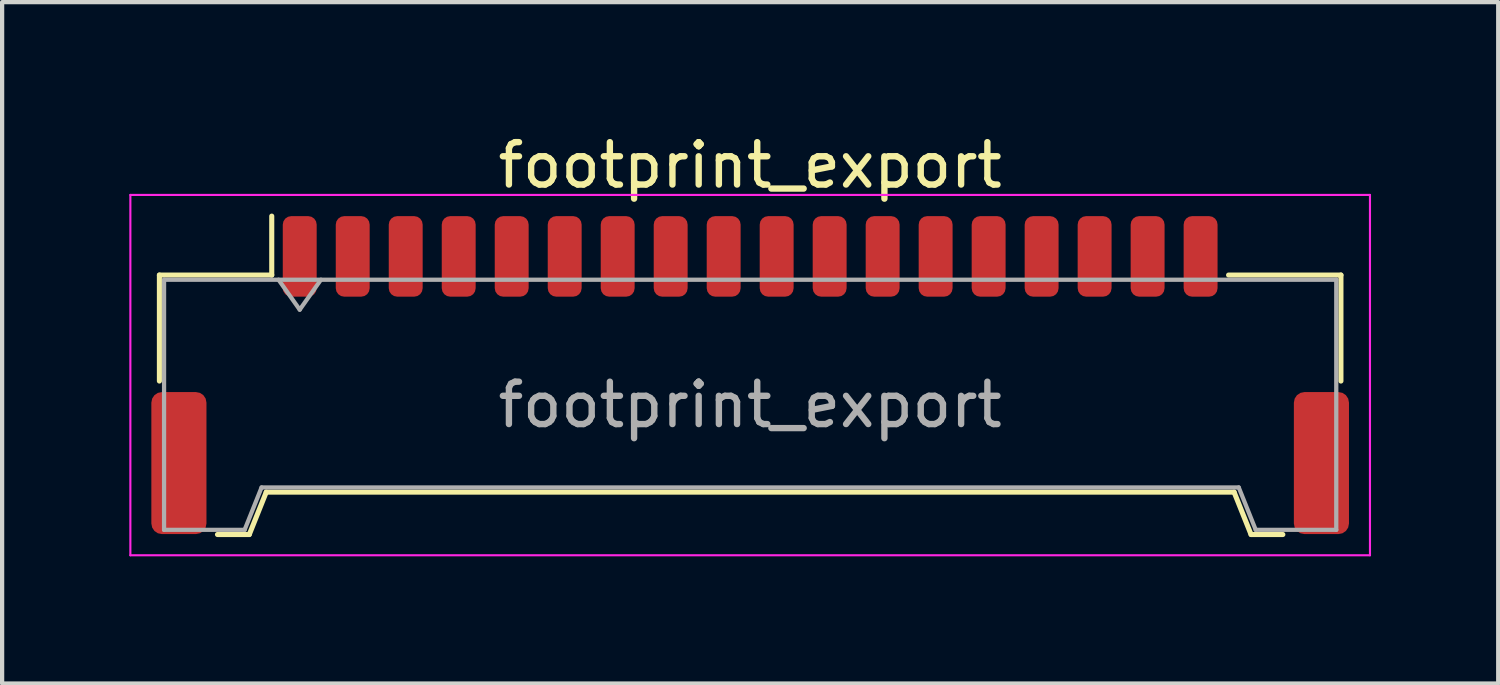
<source format=kicad_pcb>
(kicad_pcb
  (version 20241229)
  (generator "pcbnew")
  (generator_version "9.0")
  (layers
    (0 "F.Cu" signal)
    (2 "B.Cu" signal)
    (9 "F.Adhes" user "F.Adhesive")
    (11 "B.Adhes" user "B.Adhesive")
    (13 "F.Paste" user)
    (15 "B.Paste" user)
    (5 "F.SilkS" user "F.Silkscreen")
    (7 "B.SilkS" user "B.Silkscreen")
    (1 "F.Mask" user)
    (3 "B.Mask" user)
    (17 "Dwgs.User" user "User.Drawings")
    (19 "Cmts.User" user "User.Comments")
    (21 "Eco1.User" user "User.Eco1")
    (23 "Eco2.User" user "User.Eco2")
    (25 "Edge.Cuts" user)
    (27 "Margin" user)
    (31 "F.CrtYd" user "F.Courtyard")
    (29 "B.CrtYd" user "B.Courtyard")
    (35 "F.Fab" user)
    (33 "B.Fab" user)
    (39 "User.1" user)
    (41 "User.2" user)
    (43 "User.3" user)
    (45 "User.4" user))
  (footprint "footprint_export"
    (layer "F.Cu")
    (at 14.645 5.798)
    (property "Reference" "footprint_export" (at 0 -4.95 0) (layer "F.SilkS") (effects (font (size 1 1) (thickness 0.15))))
    (attr smd)
    (fp_line (start -13.935 -2.36) (end -11.285 -2.36) (stroke (width 0.12) (type solid)) (layer "F.SilkS"))
    (fp_line (start -13.935 0.14) (end -13.935 -2.36) (stroke (width 0.12) (type solid)) (layer "F.SilkS"))
    (fp_line (start -12.565 3.76) (end -11.815 3.76) (stroke (width 0.12) (type solid)) (layer "F.SilkS"))
    (fp_line (start -11.815 3.76) (end -11.415 2.76) (stroke (width 0.12) (type solid)) (layer "F.SilkS"))
    (fp_line (start -11.415 2.76) (end 11.415 2.76) (stroke (width 0.12) (type solid)) (layer "F.SilkS"))
    (fp_line (start -11.285 -2.36) (end -11.285 -3.75) (stroke (width 0.12) (type solid)) (layer "F.SilkS"))
    (fp_line (start 11.415 2.76) (end 11.815 3.76) (stroke (width 0.12) (type solid)) (layer "F.SilkS"))
    (fp_line (start 11.815 3.76) (end 12.565 3.76) (stroke (width 0.12) (type solid)) (layer "F.SilkS"))
    (fp_line (start 13.935 -2.36) (end 11.285 -2.36) (stroke (width 0.12) (type solid)) (layer "F.SilkS"))
    (fp_line (start 13.935 0.14) (end 13.935 -2.36) (stroke (width 0.12) (type solid)) (layer "F.SilkS"))
    (fp_line (start -14.62 -4.25) (end -14.62 4.25) (stroke (width 0.05) (type solid)) (layer "F.CrtYd"))
    (fp_line (start -14.62 4.25) (end 14.62 4.25) (stroke (width 0.05) (type solid)) (layer "F.CrtYd"))
    (fp_line (start 14.62 -4.25) (end -14.62 -4.25) (stroke (width 0.05) (type solid)) (layer "F.CrtYd"))
    (fp_line (start 14.62 4.25) (end 14.62 -4.25) (stroke (width 0.05) (type solid)) (layer "F.CrtYd"))
    (fp_line (start -13.825 -2.25) (end -13.825 3.65) (stroke (width 0.1) (type solid)) (layer "F.Fab"))
    (fp_line (start -13.825 -2.25) (end 13.825 -2.25) (stroke (width 0.1) (type solid)) (layer "F.Fab"))
    (fp_line (start -13.825 3.65) (end -11.925 3.65) (stroke (width 0.1) (type solid)) (layer "F.Fab"))
    (fp_line (start -11.925 3.65) (end -11.525 2.65) (stroke (width 0.1) (type solid)) (layer "F.Fab"))
    (fp_line (start -11.525 2.65) (end 11.525 2.65) (stroke (width 0.1) (type solid)) (layer "F.Fab"))
    (fp_line (start -11.125 -2.25) (end -10.625 -1.543) (stroke (width 0.1) (type solid)) (layer "F.Fab"))
    (fp_line (start -10.625 -1.543) (end -10.125 -2.25) (stroke (width 0.1) (type solid)) (layer "F.Fab"))
    (fp_line (start 11.525 2.65) (end 11.925 3.65) (stroke (width 0.1) (type solid)) (layer "F.Fab"))
    (fp_line (start 11.925 3.65) (end 13.825 3.65) (stroke (width 0.1) (type solid)) (layer "F.Fab"))
    (fp_line (start 13.825 -2.25) (end 13.825 3.65) (stroke (width 0.1) (type solid)) (layer "F.Fab"))
    (fp_text user "${REFERENCE}" (at 0 0.7 0) (layer "F.Fab") (effects (font (size 1 1) (thickness 0.15))))
    (pad "1" smd roundrect (at -10.625 -2.8) (size 0.8 1.9) (layers "F.Cu" "F.Mask" "F.Paste") (roundrect_rratio 0.25))
    (pad "2" smd roundrect (at -9.375 -2.8) (size 0.8 1.9) (layers "F.Cu" "F.Mask" "F.Paste") (roundrect_rratio 0.25))
    (pad "3" smd roundrect (at -8.125 -2.8) (size 0.8 1.9) (layers "F.Cu" "F.Mask" "F.Paste") (roundrect_rratio 0.25))
    (pad "4" smd roundrect (at -6.875 -2.8) (size 0.8 1.9) (layers "F.Cu" "F.Mask" "F.Paste") (roundrect_rratio 0.25))
    (pad "5" smd roundrect (at -5.625 -2.8) (size 0.8 1.9) (layers "F.Cu" "F.Mask" "F.Paste") (roundrect_rratio 0.25))
    (pad "6" smd roundrect (at -4.375 -2.8) (size 0.8 1.9) (layers "F.Cu" "F.Mask" "F.Paste") (roundrect_rratio 0.25))
    (pad "7" smd roundrect (at -3.125 -2.8) (size 0.8 1.9) (layers "F.Cu" "F.Mask" "F.Paste") (roundrect_rratio 0.25))
    (pad "8" smd roundrect (at -1.875 -2.8) (size 0.8 1.9) (layers "F.Cu" "F.Mask" "F.Paste") (roundrect_rratio 0.25))
    (pad "9" smd roundrect (at -0.625 -2.8) (size 0.8 1.9) (layers "F.Cu" "F.Mask" "F.Paste") (roundrect_rratio 0.25))
    (pad "10" smd roundrect (at 0.625 -2.8) (size 0.8 1.9) (layers "F.Cu" "F.Mask" "F.Paste") (roundrect_rratio 0.25))
    (pad "11" smd roundrect (at 1.875 -2.8) (size 0.8 1.9) (layers "F.Cu" "F.Mask" "F.Paste") (roundrect_rratio 0.25))
    (pad "12" smd roundrect (at 3.125 -2.8) (size 0.8 1.9) (layers "F.Cu" "F.Mask" "F.Paste") (roundrect_rratio 0.25))
    (pad "13" smd roundrect (at 4.375 -2.8) (size 0.8 1.9) (layers "F.Cu" "F.Mask" "F.Paste") (roundrect_rratio 0.25))
    (pad "14" smd roundrect (at 5.625 -2.8) (size 0.8 1.9) (layers "F.Cu" "F.Mask" "F.Paste") (roundrect_rratio 0.25))
    (pad "15" smd roundrect (at 6.875 -2.8) (size 0.8 1.9) (layers "F.Cu" "F.Mask" "F.Paste") (roundrect_rratio 0.25))
    (pad "16" smd roundrect (at 8.125 -2.8) (size 0.8 1.9) (layers "F.Cu" "F.Mask" "F.Paste") (roundrect_rratio 0.25))
    (pad "17" smd roundrect (at 9.375 -2.8) (size 0.8 1.9) (layers "F.Cu" "F.Mask" "F.Paste") (roundrect_rratio 0.25))
    (pad "18" smd roundrect (at 10.625 -2.8) (size 0.8 1.9) (layers "F.Cu" "F.Mask" "F.Paste") (roundrect_rratio 0.25))
    (pad "MP" smd roundrect (at -13.475 2.075) (size 1.3 3.35) (layers "F.Cu" "F.Mask" "F.Paste") (roundrect_rratio 0.192))
    (pad "MP" smd roundrect (at 13.475 2.075) (size 1.3 3.35) (layers "F.Cu" "F.Mask" "F.Paste") (roundrect_rratio 0.192)))
  (gr_rect
    (start -3 -3)
    (end 32.29 13.073)
    (stroke (width 0.1) (type default))
    (fill no)
    (layer "Edge.Cuts")))
</source>
